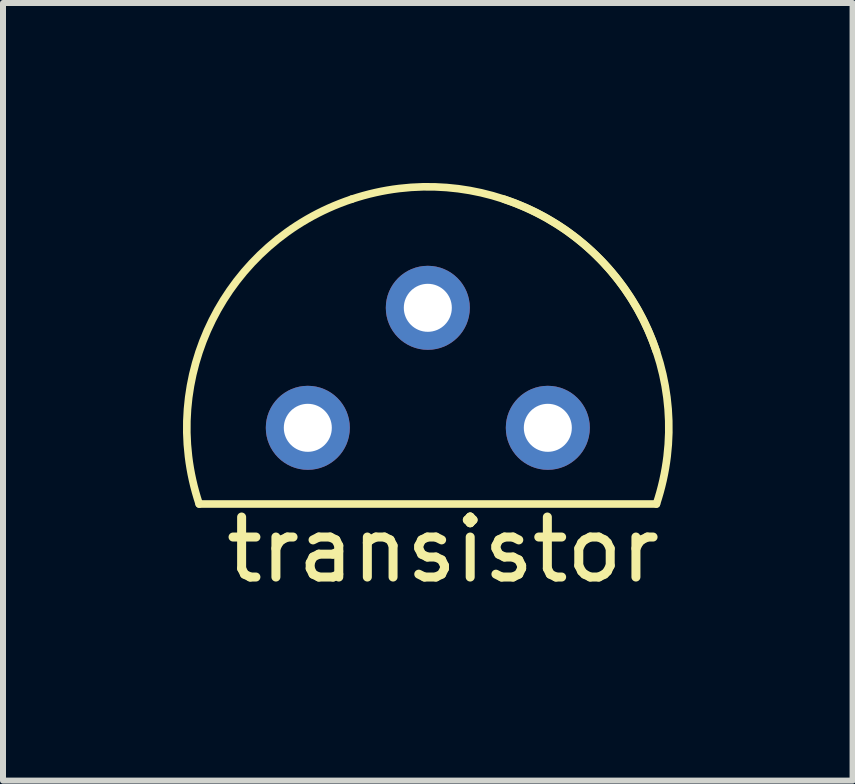
<source format=kicad_pcb>
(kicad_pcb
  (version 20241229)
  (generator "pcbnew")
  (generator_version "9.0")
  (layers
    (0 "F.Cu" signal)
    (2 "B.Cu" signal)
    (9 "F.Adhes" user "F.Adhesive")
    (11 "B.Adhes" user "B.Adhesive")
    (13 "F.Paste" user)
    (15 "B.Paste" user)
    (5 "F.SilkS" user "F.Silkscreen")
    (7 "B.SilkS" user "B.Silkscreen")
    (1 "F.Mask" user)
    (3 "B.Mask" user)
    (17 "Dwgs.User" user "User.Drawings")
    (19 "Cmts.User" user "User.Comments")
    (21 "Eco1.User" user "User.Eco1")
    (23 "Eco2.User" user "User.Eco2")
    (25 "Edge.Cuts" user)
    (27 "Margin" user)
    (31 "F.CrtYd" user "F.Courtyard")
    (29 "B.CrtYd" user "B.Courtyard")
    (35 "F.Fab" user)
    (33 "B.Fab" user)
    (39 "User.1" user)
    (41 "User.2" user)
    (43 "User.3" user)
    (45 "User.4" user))
  (footprint "transistor"
    (layer "F.Cu")
    (at 4.08 4.08)
    (property "Reference" "transistor" (at 0.254 2.032 0) (layer "F.SilkS") (effects (font (size 1 1) (thickness 0.15))))
    (attr through_hole)
    (fp_line (start 3.81 1.27) (end -3.81 1.27) (stroke (width 0.127) (type solid)) (layer "F.SilkS"))
    (fp_arc (start -3.81 1.27) (mid -3.592102 -1.796051) (end -1.27 -3.81) (stroke (width 0.127) (type solid)) (layer "F.SilkS"))
    (fp_arc (start -1.27 -3.81) (mid 1.796051 -3.592102) (end 3.81 -1.27) (stroke (width 0.127) (type solid)) (layer "F.SilkS"))
    (fp_arc (start 1.27 -3.81) (mid 3.592102 -1.796051) (end 3.81 1.27) (stroke (width 0.127) (type solid)) (layer "F.SilkS"))
    (pad "1" thru_hole circle (at -2 0) (size 1.4 1.4) (drill 0.8) (layers "*.Cu" "*.Mask"))
    (pad "2" thru_hole circle (at 0 -2) (size 1.4 1.4) (drill 0.8) (layers "*.Cu" "*.Mask"))
    (pad "3" thru_hole circle (at 2 0) (size 1.4 1.4) (drill 0.8) (layers "*.Cu" "*.Mask")))
  (gr_rect
    (start -3 -3)
    (end 11.159 9.96)
    (stroke (width 0.1) (type default))
    (fill no)
    (layer "Edge.Cuts")))
</source>
